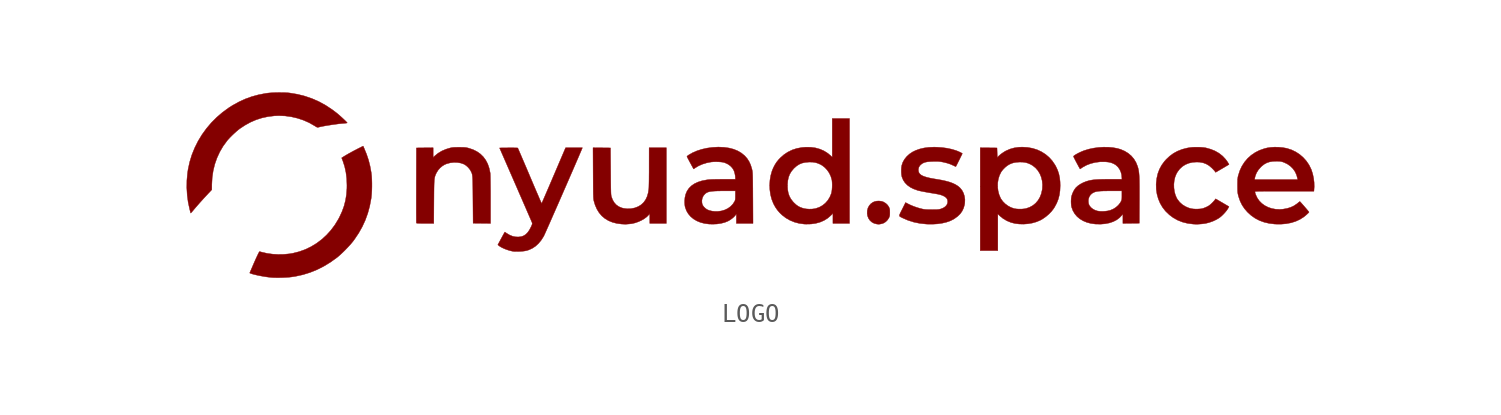
<source format=kicad_sym>
(kicad_symbol_lib
  (version 20220914)
  (generator bitmap2component)
  (symbol "LOGO"
    (pin_names
      (offset 1.016))
    (property "Reference" "#G"
      (at 0 4.359 0)
      (effects (font (size 1.27 1.27)) hide))
    (symbol "LOGO_0_0"
      (polyline (pts (xy -25.39 -5.003) (xy -25.217 -4.999) (xy -25.049 -4.991) (xy -24.895 -4.981) (xy -24.767 -4.967) (xy -24.537 -4.932) (xy -24.14 -4.845) (xy -23.755 -4.726) (xy -23.381 -4.575) (xy -23.016 -4.391) (xy -22.657 -4.173) (xy -22.303 -3.919) (xy -22.246 -3.873) (xy -22.13 -3.772) (xy -22.002 -3.653) (xy -21.868 -3.522) (xy -21.737 -3.386) (xy -21.613 -3.252) (xy -21.504 -3.127) (xy -21.416 -3.016) (xy -21.367 -2.95) (xy -21.136 -2.607) (xy -20.939 -2.259) (xy -20.774 -1.901) (xy -20.64 -1.53) (xy -20.535 -1.143) (xy -20.458 -0.734) (xy -20.448 -0.658) (xy -20.432 -0.49) (xy -20.421 -0.301) (xy -20.416 -0.101) (xy -20.416 0.101) (xy -20.421 0.296) (xy -20.431 0.474) (xy -20.448 0.626) (xy -20.456 0.682) (xy -20.518 1.021) (xy -20.601 1.345) (xy -20.708 1.665) (xy -20.843 1.992) (xy -20.889 2.095) (xy -21.16 1.959) (xy -21.163 1.958) (xy -21.334 1.87) (xy -21.506 1.778) (xy -21.671 1.687) (xy -21.819 1.601) (xy -21.943 1.526) (xy -22.048 1.459) (xy -21.988 1.304) (xy -21.985 1.296) (xy -21.887 0.995) (xy -21.818 0.677) (xy -21.776 0.34) (xy -21.763 -0.018) (xy -21.765 -0.186) (xy -21.79 -0.52) (xy -21.841 -0.837) (xy -21.92 -1.143) (xy -22.029 -1.442) (xy -22.168 -1.742) (xy -22.223 -1.845) (xy -22.413 -2.157) (xy -22.628 -2.445) (xy -22.866 -2.707) (xy -23.124 -2.943) (xy -23.402 -3.152) (xy -23.698 -3.332) (xy -24.01 -3.482) (xy -24.336 -3.6) (xy -24.675 -3.686) (xy -24.871 -3.719) (xy -25.17 -3.747) (xy -25.474 -3.752) (xy -25.777 -3.735) (xy -26.069 -3.695) (xy -26.341 -3.633) (xy -26.348 -3.631) (xy -26.411 -3.614) (xy -26.458 -3.602) (xy -26.481 -3.598) (xy -26.494 -3.613) (xy -26.519 -3.657) (xy -26.556 -3.729) (xy -26.602 -3.825) (xy -26.656 -3.941) (xy -26.717 -4.076) (xy -26.783 -4.225) (xy -26.852 -4.386) (xy -27.01 -4.753) (xy -26.957 -4.775) (xy -26.935 -4.784) (xy -26.845 -4.813) (xy -26.728 -4.843) (xy -26.59 -4.875) (xy -26.44 -4.905) (xy -26.282 -4.934) (xy -26.124 -4.959) (xy -25.973 -4.979) (xy -25.834 -4.994) (xy -25.71 -5.001) (xy -25.558 -5.004) (xy -25.39 -5.003)) (stroke (width 0.01) (type default)) (fill (type outline)))
      (polyline (pts (xy -12.512 -3.592) (xy -12.386 -3.586) (xy -12.265 -3.576) (xy -12.158 -3.562) (xy -12.076 -3.546) (xy -11.953 -3.508) (xy -11.762 -3.421) (xy -11.588 -3.306) (xy -11.429 -3.16) (xy -11.282 -2.982) (xy -11.148 -2.771) (xy -11.143 -2.761) (xy -11.122 -2.716) (xy -11.088 -2.643) (xy -11.043 -2.542) (xy -10.987 -2.417) (xy -10.921 -2.268) (xy -10.846 -2.1) (xy -10.764 -1.913) (xy -10.675 -1.71) (xy -10.58 -1.494) (xy -10.48 -1.267) (xy -10.376 -1.031) (xy -10.27 -0.788) (xy -10.162 -0.541) (xy -10.053 -0.291) (xy -9.944 -0.042) (xy -9.836 0.205) (xy -9.731 0.448) (xy -9.628 0.683) (xy -9.53 0.909) (xy -9.437 1.124) (xy -9.35 1.325) (xy -9.27 1.51) (xy -9.199 1.677) (xy -9.136 1.823) (xy -9.084 1.947) (xy -9.059 2.005) (xy -9.513 2.005) (xy -9.966 2.005) (xy -10.608 0.502) (xy -10.618 0.48) (xy -10.711 0.261) (xy -10.8 0.053) (xy -10.885 -0.144) (xy -10.963 -0.326) (xy -11.035 -0.491) (xy -11.098 -0.637) (xy -11.152 -0.762) (xy -11.197 -0.864) (xy -11.23 -0.939) (xy -11.251 -0.986) (xy -11.26 -1.002) (xy -11.26 -1.002) (xy -11.268 -0.984) (xy -11.29 -0.936) (xy -11.324 -0.86) (xy -11.369 -0.758) (xy -11.423 -0.632) (xy -11.486 -0.485) (xy -11.558 -0.319) (xy -11.636 -0.137) (xy -11.72 0.06) (xy -11.809 0.269) (xy -11.902 0.488) (xy -11.905 0.496) (xy -11.998 0.715) (xy -12.087 0.924) (xy -12.171 1.121) (xy -12.25 1.304) (xy -12.321 1.471) (xy -12.384 1.618) (xy -12.439 1.745) (xy -12.483 1.848) (xy -12.517 1.925) (xy -12.538 1.974) (xy -12.547 1.992) (xy -12.547 1.992) (xy -12.569 1.995) (xy -12.621 1.998) (xy -12.699 2) (xy -12.799 2.001) (xy -12.916 2.001) (xy -13.044 2.001) (xy -13.529 1.996) (xy -12.662 0.009) (xy -12.579 -0.181) (xy -12.472 -0.429) (xy -12.368 -0.666) (xy -12.27 -0.892) (xy -12.178 -1.103) (xy -12.093 -1.298) (xy -12.017 -1.475) (xy -11.949 -1.631) (xy -11.891 -1.765) (xy -11.843 -1.874) (xy -11.808 -1.957) (xy -11.785 -2.011) (xy -11.775 -2.035) (xy -11.767 -2.063) (xy -11.766 -2.097) (xy -11.777 -2.141) (xy -11.803 -2.205) (xy -11.836 -2.277) (xy -11.923 -2.441) (xy -12.016 -2.572) (xy -12.117 -2.672) (xy -12.228 -2.743) (xy -12.352 -2.788) (xy -12.492 -2.807) (xy -12.655 -2.804) (xy -12.819 -2.772) (xy -12.978 -2.709) (xy -13.14 -2.614) (xy -13.245 -2.542) (xy -13.289 -2.618) (xy -13.302 -2.642) (xy -13.334 -2.7) (xy -13.377 -2.777) (xy -13.425 -2.867) (xy -13.477 -2.962) (xy -13.622 -3.231) (xy -13.564 -3.28) (xy -13.491 -3.332) (xy -13.381 -3.392) (xy -13.251 -3.451) (xy -13.108 -3.504) (xy -12.961 -3.549) (xy -12.818 -3.581) (xy -12.817 -3.581) (xy -12.737 -3.59) (xy -12.632 -3.593) (xy -12.512 -3.592)) (stroke (width 0.01) (type default)) (fill (type outline)))
      (polyline (pts (xy 13.353 -2.556) (xy 13.353 -1.568) (xy 13.438 -1.65) (xy 13.471 -1.681) (xy 13.646 -1.821) (xy 13.837 -1.933) (xy 14.052 -2.022) (xy 14.07 -2.028) (xy 14.279 -2.081) (xy 14.506 -2.109) (xy 14.743 -2.115) (xy 14.982 -2.097) (xy 15.216 -2.057) (xy 15.436 -1.994) (xy 15.636 -1.911) (xy 15.786 -1.825) (xy 15.955 -1.706) (xy 16.113 -1.57) (xy 16.252 -1.426) (xy 16.364 -1.28) (xy 16.422 -1.188) (xy 16.533 -0.979) (xy 16.617 -0.765) (xy 16.675 -0.541) (xy 16.708 -0.3) (xy 16.719 -0.036) (xy 16.713 0.167) (xy 16.689 0.392) (xy 16.645 0.599) (xy 16.58 0.794) (xy 16.491 0.986) (xy 16.439 1.08) (xy 16.291 1.297) (xy 16.119 1.488) (xy 15.925 1.652) (xy 15.71 1.788) (xy 15.476 1.897) (xy 15.225 1.975) (xy 14.957 2.023) (xy 14.675 2.04) (xy 14.476 2.032) (xy 14.236 1.997) (xy 14.009 1.933) (xy 13.793 1.838) (xy 13.722 1.798) (xy 13.632 1.74) (xy 13.542 1.677) (xy 13.462 1.613) (xy 13.398 1.555) (xy 13.358 1.509) (xy 13.35 1.497) (xy 13.34 1.486) (xy 13.333 1.489) (xy 13.328 1.51) (xy 13.324 1.554) (xy 13.321 1.625) (xy 13.318 1.728) (xy 13.309 1.996) (xy 12.857 2.001) (xy 12.405 2.005) (xy 12.405 -0.104) (xy 13.344 -0.104) (xy 13.348 0.107) (xy 13.38 0.314) (xy 13.44 0.509) (xy 13.528 0.689) (xy 13.561 0.739) (xy 13.644 0.841) (xy 13.742 0.94) (xy 13.846 1.026) (xy 13.944 1.09) (xy 13.993 1.116) (xy 14.106 1.165) (xy 14.219 1.198) (xy 14.344 1.219) (xy 14.492 1.23) (xy 14.551 1.232) (xy 14.711 1.228) (xy 14.853 1.208) (xy 14.986 1.169) (xy 15.122 1.109) (xy 15.239 1.041) (xy 15.389 0.92) (xy 15.516 0.775) (xy 15.618 0.609) (xy 15.695 0.425) (xy 15.745 0.226) (xy 15.765 0.015) (xy 15.756 -0.205) (xy 15.747 -0.268) (xy 15.699 -0.479) (xy 15.623 -0.67) (xy 15.521 -0.841) (xy 15.394 -0.988) (xy 15.244 -1.11) (xy 15.073 -1.205) (xy 14.882 -1.271) (xy 14.798 -1.288) (xy 14.662 -1.302) (xy 14.517 -1.305) (xy 14.375 -1.298) (xy 14.25 -1.279) (xy 14.228 -1.274) (xy 14.063 -1.217) (xy 13.902 -1.131) (xy 13.754 -1.022) (xy 13.626 -0.894) (xy 13.525 -0.754) (xy 13.498 -0.704) (xy 13.419 -0.515) (xy 13.368 -0.314) (xy 13.344 -0.104) (xy 12.405 -0.104) (xy 12.405 -0.769) (xy 12.405 -3.544) (xy 12.879 -3.544) (xy 13.353 -3.544) (xy 13.353 -2.556)) (stroke (width 0.01) (type default)) (fill (type outline)))
      (polyline (pts (xy -6.694 -2.119) (xy -6.65 -2.115) (xy -6.581 -2.11) (xy -6.507 -2.104) (xy -6.388 -2.09) (xy -6.214 -2.049) (xy -6.04 -1.988) (xy -5.871 -1.911) (xy -5.717 -1.82) (xy -5.583 -1.72) (xy -5.479 -1.614) (xy -5.425 -1.548) (xy -5.424 -1.812) (xy -5.424 -2.076) (xy -4.976 -2.076) (xy -4.529 -2.076) (xy -4.529 -0.036) (xy -4.529 2.005) (xy -4.994 2.005) (xy -5.459 2.005) (xy -5.46 0.989) (xy -5.46 0.878) (xy -5.46 0.686) (xy -5.462 0.502) (xy -5.463 0.329) (xy -5.465 0.172) (xy -5.468 0.035) (xy -5.471 -0.079) (xy -5.474 -0.165) (xy -5.478 -0.22) (xy -5.509 -0.426) (xy -5.567 -0.625) (xy -5.649 -0.799) (xy -5.756 -0.947) (xy -5.887 -1.069) (xy -6.041 -1.165) (xy -6.051 -1.17) (xy -6.238 -1.241) (xy -6.437 -1.28) (xy -6.64 -1.288) (xy -6.841 -1.263) (xy -6.939 -1.237) (xy -7.096 -1.171) (xy -7.229 -1.078) (xy -7.339 -0.958) (xy -7.428 -0.809) (xy -7.495 -0.632) (xy -7.5 -0.614) (xy -7.505 -0.587) (xy -7.51 -0.554) (xy -7.514 -0.511) (xy -7.518 -0.456) (xy -7.521 -0.386) (xy -7.523 -0.299) (xy -7.526 -0.193) (xy -7.528 -0.063) (xy -7.53 0.092) (xy -7.532 0.274) (xy -7.533 0.488) (xy -7.535 0.734) (xy -7.545 1.996) (xy -8.015 2.001) (xy -8.486 2.005) (xy -8.48 0.64) (xy -8.479 0.508) (xy -8.478 0.271) (xy -8.477 0.066) (xy -8.476 -0.111) (xy -8.474 -0.26) (xy -8.473 -0.386) (xy -8.471 -0.49) (xy -8.468 -0.576) (xy -8.466 -0.646) (xy -8.462 -0.702) (xy -8.459 -0.748) (xy -8.454 -0.786) (xy -8.449 -0.818) (xy -8.443 -0.848) (xy -8.436 -0.877) (xy -8.375 -1.081) (xy -8.279 -1.303) (xy -8.159 -1.499) (xy -8.016 -1.668) (xy -7.848 -1.811) (xy -7.657 -1.927) (xy -7.443 -2.015) (xy -7.205 -2.077) (xy -6.945 -2.111) (xy -6.891 -2.114) (xy -6.808 -2.118) (xy -6.739 -2.12) (xy -6.694 -2.119)) (stroke (width 0.01) (type default)) (fill (type outline)))
      (polyline (pts (xy -1.791 -2.107) (xy -1.572 -2.074) (xy -1.373 -2.022) (xy -1.199 -1.951) (xy -1.094 -1.89) (xy -0.986 -1.814) (xy -0.89 -1.732) (xy -0.817 -1.653) (xy -0.752 -1.569) (xy -0.752 -1.823) (xy -0.752 -2.076) (xy -0.303 -2.076) (xy 0.145 -2.076) (xy 0.139 -0.712) (xy 0.138 -0.623) (xy 0.137 -0.38) (xy 0.136 -0.169) (xy 0.134 0.012) (xy 0.133 0.167) (xy 0.131 0.297) (xy 0.129 0.405) (xy 0.127 0.495) (xy 0.124 0.568) (xy 0.121 0.628) (xy 0.117 0.676) (xy 0.113 0.717) (xy 0.108 0.751) (xy 0.102 0.783) (xy 0.095 0.815) (xy 0.083 0.866) (xy 0.018 1.077) (xy -0.066 1.261) (xy -0.17 1.423) (xy -0.296 1.566) (xy -0.314 1.583) (xy -0.488 1.724) (xy -0.684 1.838) (xy -0.903 1.927) (xy -1.146 1.99) (xy -1.413 2.028) (xy -1.706 2.041) (xy -1.765 2.04) (xy -2.059 2.023) (xy -2.346 1.983) (xy -2.62 1.921) (xy -2.878 1.838) (xy -3.114 1.736) (xy -3.323 1.616) (xy -3.369 1.583) (xy -3.405 1.554) (xy -3.419 1.536) (xy -3.418 1.532) (xy -3.404 1.5) (xy -3.373 1.44) (xy -3.329 1.355) (xy -3.271 1.246) (xy -3.201 1.118) (xy -3.121 0.971) (xy -3.059 0.859) (xy -2.95 0.933) (xy -2.795 1.025) (xy -2.585 1.118) (xy -2.357 1.189) (xy -2.116 1.236) (xy -2.103 1.237) (xy -1.989 1.247) (xy -1.862 1.25) (xy -1.731 1.247) (xy -1.606 1.239) (xy -1.497 1.226) (xy -1.414 1.208) (xy -1.361 1.19) (xy -1.21 1.12) (xy -1.079 1.028) (xy -0.973 0.918) (xy -0.896 0.795) (xy -0.868 0.724) (xy -0.836 0.612) (xy -0.814 0.494) (xy -0.806 0.389) (xy -0.805 0.304) (xy -1.436 0.304) (xy -1.544 0.304) (xy -1.698 0.302) (xy -1.843 0.3) (xy -1.975 0.298) (xy -2.087 0.294) (xy -2.175 0.29) (xy -2.233 0.286) (xy -2.353 0.271) (xy -2.603 0.223) (xy -2.823 0.153) (xy -3.014 0.064) (xy -3.176 -0.047) (xy -3.308 -0.177) (xy -3.411 -0.328) (xy -3.485 -0.5) (xy -3.529 -0.691) (xy -3.54 -0.839) (xy -2.615 -0.839) (xy -2.589 -0.709) (xy -2.534 -0.591) (xy -2.449 -0.49) (xy -2.402 -0.451) (xy -2.351 -0.418) (xy -2.293 -0.391) (xy -2.224 -0.37) (xy -2.14 -0.353) (xy -2.039 -0.341) (xy -1.916 -0.332) (xy -1.768 -0.326) (xy -1.592 -0.323) (xy -1.383 -0.322) (xy -0.805 -0.322) (xy -0.805 -0.565) (xy -0.806 -0.635) (xy -0.807 -0.716) (xy -0.811 -0.774) (xy -0.819 -0.818) (xy -0.831 -0.854) (xy -0.849 -0.892) (xy -0.851 -0.896) (xy -0.945 -1.04) (xy -1.066 -1.165) (xy -1.212 -1.27) (xy -1.379 -1.35) (xy -1.562 -1.404) (xy -1.579 -1.407) (xy -1.741 -1.428) (xy -1.906 -1.43) (xy -2.065 -1.414) (xy -2.209 -1.38) (xy -2.329 -1.331) (xy -2.339 -1.325) (xy -2.421 -1.267) (xy -2.497 -1.194) (xy -2.557 -1.116) (xy -2.592 -1.042) (xy -2.608 -0.973) (xy -2.615 -0.839) (xy -3.54 -0.839) (xy -3.544 -0.903) (xy -3.544 -0.929) (xy -3.539 -1.028) (xy -3.53 -1.12) (xy -3.517 -1.191) (xy -3.512 -1.21) (xy -3.444 -1.394) (xy -3.346 -1.56) (xy -3.22 -1.708) (xy -3.068 -1.834) (xy -2.892 -1.94) (xy -2.694 -2.022) (xy -2.475 -2.079) (xy -2.237 -2.111) (xy -2.024 -2.118) (xy -1.791 -2.107)) (stroke (width 0.01) (type default)) (fill (type outline)))
      (polyline (pts (xy 3.274 -2.11) (xy 3.527 -2.075) (xy 3.762 -2.011) (xy 3.977 -1.918) (xy 4.172 -1.797) (xy 4.345 -1.647) (xy 4.457 -1.535) (xy 4.457 -1.806) (xy 4.457 -2.076) (xy 4.905 -2.076) (xy 5.352 -2.076) (xy 5.352 0.752) (xy 5.352 3.58) (xy 4.887 3.58) (xy 4.421 3.58) (xy 4.421 2.538) (xy 4.421 1.496) (xy 4.354 1.56) (xy 4.187 1.701) (xy 3.981 1.831) (xy 3.758 1.93) (xy 3.518 1.997) (xy 3.262 2.032) (xy 2.989 2.035) (xy 2.778 2.018) (xy 2.51 1.968) (xy 2.261 1.887) (xy 2.03 1.776) (xy 1.816 1.633) (xy 1.619 1.46) (xy 1.517 1.352) (xy 1.414 1.223) (xy 1.325 1.083) (xy 1.241 0.92) (xy 1.171 0.75) (xy 1.103 0.51) (xy 1.06 0.256) (xy 1.044 -0.004) (xy 1.045 -0.041) (xy 2.005 -0.041) (xy 2.006 0.02) (xy 2.022 0.228) (xy 2.062 0.413) (xy 2.126 0.58) (xy 2.217 0.732) (xy 2.336 0.874) (xy 2.365 0.904) (xy 2.499 1.022) (xy 2.637 1.111) (xy 2.786 1.174) (xy 2.953 1.212) (xy 3.144 1.23) (xy 3.215 1.232) (xy 3.372 1.227) (xy 3.511 1.206) (xy 3.644 1.166) (xy 3.782 1.106) (xy 3.877 1.051) (xy 4.022 0.938) (xy 4.151 0.799) (xy 4.259 0.641) (xy 4.342 0.468) (xy 4.396 0.286) (xy 4.405 0.239) (xy 4.415 0.128) (xy 4.419 0.001) (xy 4.416 -0.131) (xy 4.407 -0.258) (xy 4.392 -0.371) (xy 4.372 -0.458) (xy 4.37 -0.464) (xy 4.289 -0.659) (xy 4.182 -0.833) (xy 4.05 -0.983) (xy 3.896 -1.108) (xy 3.723 -1.205) (xy 3.533 -1.271) (xy 3.497 -1.28) (xy 3.348 -1.301) (xy 3.186 -1.306) (xy 3.025 -1.296) (xy 2.882 -1.27) (xy 2.835 -1.257) (xy 2.7 -1.21) (xy 2.584 -1.151) (xy 2.475 -1.073) (xy 2.361 -0.968) (xy 2.299 -0.902) (xy 2.188 -0.758) (xy 2.105 -0.605) (xy 2.048 -0.438) (xy 2.015 -0.252) (xy 2.005 -0.041) (xy 1.045 -0.041) (xy 1.054 -0.266) (xy 1.09 -0.522) (xy 1.152 -0.766) (xy 1.241 -0.992) (xy 1.268 -1.048) (xy 1.361 -1.214) (xy 1.465 -1.363) (xy 1.589 -1.506) (xy 1.711 -1.624) (xy 1.914 -1.78) (xy 2.138 -1.909) (xy 2.378 -2.007) (xy 2.632 -2.075) (xy 2.897 -2.111) (xy 3.003 -2.116) (xy 3.274 -2.11)) (stroke (width 0.01) (type default)) (fill (type outline)))
      (polyline (pts (xy 6.954 -2.12) (xy 6.957 -2.119) (xy 7.046 -2.105) (xy 7.11 -2.09) (xy 7.162 -2.073) (xy 7.213 -2.05) (xy 7.308 -1.988) (xy 7.406 -1.889) (xy 7.48 -1.772) (xy 7.496 -1.736) (xy 7.512 -1.69) (xy 7.522 -1.64) (xy 7.526 -1.575) (xy 7.527 -1.486) (xy 7.526 -1.407) (xy 7.523 -1.341) (xy 7.514 -1.291) (xy 7.5 -1.246) (xy 7.477 -1.195) (xy 7.411 -1.093) (xy 7.309 -0.994) (xy 7.178 -0.916) (xy 7.166 -0.911) (xy 7.06 -0.88) (xy 6.938 -0.868) (xy 6.815 -0.874) (xy 6.704 -0.9) (xy 6.619 -0.936) (xy 6.504 -1.016) (xy 6.413 -1.12) (xy 6.348 -1.244) (xy 6.311 -1.385) (xy 6.305 -1.54) (xy 6.325 -1.669) (xy 6.376 -1.802) (xy 6.454 -1.916) (xy 6.555 -2.007) (xy 6.677 -2.074) (xy 6.816 -2.11) (xy 6.859 -2.116) (xy 6.917 -2.12) (xy 6.954 -2.12)) (stroke (width 0.01) (type default)) (fill (type outline)))
      (polyline (pts (xy 10.105 -2.101) (xy 10.356 -2.065) (xy 10.585 -2.011) (xy 10.79 -1.939) (xy 10.966 -1.851) (xy 11.019 -1.817) (xy 11.187 -1.694) (xy 11.323 -1.561) (xy 11.428 -1.415) (xy 11.505 -1.254) (xy 11.556 -1.075) (xy 11.571 -0.978) (xy 11.578 -0.791) (xy 11.554 -0.612) (xy 11.502 -0.444) (xy 11.422 -0.292) (xy 11.315 -0.161) (xy 11.294 -0.141) (xy 11.187 -0.054) (xy 11.062 0.024) (xy 10.915 0.093) (xy 10.745 0.155) (xy 10.548 0.209) (xy 10.321 0.259) (xy 10.061 0.304) (xy 9.921 0.327) (xy 9.718 0.364) (xy 9.547 0.404) (xy 9.406 0.446) (xy 9.293 0.491) (xy 9.205 0.541) (xy 9.141 0.598) (xy 9.098 0.661) (xy 9.074 0.733) (xy 9.066 0.814) (xy 9.068 0.856) (xy 9.094 0.958) (xy 9.15 1.047) (xy 9.24 1.128) (xy 9.3 1.167) (xy 9.376 1.203) (xy 9.463 1.229) (xy 9.568 1.248) (xy 9.697 1.26) (xy 9.855 1.266) (xy 9.939 1.268) (xy 10.044 1.269) (xy 10.129 1.267) (xy 10.205 1.261) (xy 10.28 1.251) (xy 10.365 1.236) (xy 10.44 1.221) (xy 10.631 1.173) (xy 10.8 1.116) (xy 10.957 1.046) (xy 10.974 1.038) (xy 11.031 1.01) (xy 11.072 0.993) (xy 11.089 0.988) (xy 11.09 0.99) (xy 11.103 1.015) (xy 11.129 1.065) (xy 11.164 1.133) (xy 11.205 1.216) (xy 11.25 1.306) (xy 11.296 1.397) (xy 11.339 1.486) (xy 11.378 1.565) (xy 11.41 1.629) (xy 11.431 1.672) (xy 11.438 1.69) (xy 11.432 1.698) (xy 11.399 1.72) (xy 11.343 1.75) (xy 11.27 1.785) (xy 11.188 1.821) (xy 11.085 1.86) (xy 10.859 1.927) (xy 10.609 1.98) (xy 10.34 2.016) (xy 10.06 2.035) (xy 9.911 2.038) (xy 9.635 2.027) (xy 9.382 1.994) (xy 9.146 1.939) (xy 8.924 1.861) (xy 8.757 1.779) (xy 8.587 1.666) (xy 8.441 1.533) (xy 8.321 1.385) (xy 8.23 1.224) (xy 8.172 1.054) (xy 8.172 1.053) (xy 8.155 0.949) (xy 8.147 0.825) (xy 8.147 0.694) (xy 8.155 0.57) (xy 8.172 0.467) (xy 8.184 0.421) (xy 8.25 0.262) (xy 8.347 0.117) (xy 8.474 -0.013) (xy 8.63 -0.125) (xy 8.814 -0.218) (xy 9.024 -0.293) (xy 9.041 -0.298) (xy 9.126 -0.319) (xy 9.233 -0.342) (xy 9.364 -0.368) (xy 9.523 -0.397) (xy 9.713 -0.43) (xy 9.934 -0.466) (xy 9.966 -0.471) (xy 10.113 -0.498) (xy 10.232 -0.525) (xy 10.329 -0.555) (xy 10.412 -0.59) (xy 10.488 -0.63) (xy 10.53 -0.659) (xy 10.6 -0.727) (xy 10.638 -0.806) (xy 10.65 -0.904) (xy 10.64 -0.985) (xy 10.598 -1.083) (xy 10.523 -1.168) (xy 10.419 -1.239) (xy 10.287 -1.293) (xy 10.25 -1.304) (xy 10.204 -1.315) (xy 10.155 -1.323) (xy 10.097 -1.329) (xy 10.023 -1.332) (xy 9.926 -1.333) (xy 9.8 -1.334) (xy 9.765 -1.333) (xy 9.63 -1.332) (xy 9.521 -1.329) (xy 9.433 -1.323) (xy 9.359 -1.314) (xy 9.29 -1.301) (xy 9.147 -1.266) (xy 8.985 -1.217) (xy 8.822 -1.16) (xy 8.671 -1.099) (xy 8.543 -1.039) (xy 8.376 -0.951) (xy 8.197 -1.31) (xy 8.183 -1.338) (xy 8.126 -1.45) (xy 8.084 -1.535) (xy 8.057 -1.598) (xy 8.045 -1.644) (xy 8.049 -1.678) (xy 8.069 -1.704) (xy 8.106 -1.728) (xy 8.159 -1.755) (xy 8.229 -1.789) (xy 8.498 -1.906) (xy 8.81 -2.006) (xy 9.139 -2.074) (xy 9.485 -2.111) (xy 9.557 -2.115) (xy 9.838 -2.118) (xy 10.105 -2.101)) (stroke (width 0.01) (type default)) (fill (type outline)))
      (polyline (pts (xy 19.15 -2.096) (xy 19.377 -2.051) (xy 19.582 -1.981) (xy 19.765 -1.887) (xy 19.922 -1.769) (xy 20.053 -1.629) (xy 20.101 -1.566) (xy 20.102 -1.822) (xy 20.102 -2.077) (xy 20.545 -2.072) (xy 20.988 -2.067) (xy 20.993 -0.868) (xy 20.994 -0.773) (xy 20.994 -0.511) (xy 20.994 -0.281) (xy 20.994 -0.081) (xy 20.992 0.093) (xy 20.99 0.243) (xy 20.986 0.373) (xy 20.981 0.484) (xy 20.974 0.58) (xy 20.966 0.663) (xy 20.956 0.737) (xy 20.945 0.804) (xy 20.931 0.867) (xy 20.916 0.928) (xy 20.894 1.002) (xy 20.809 1.212) (xy 20.696 1.4) (xy 20.556 1.565) (xy 20.388 1.707) (xy 20.195 1.825) (xy 19.976 1.919) (xy 19.797 1.97) (xy 19.566 2.012) (xy 19.316 2.035) (xy 19.056 2.037) (xy 18.79 2.021) (xy 18.526 1.985) (xy 18.269 1.931) (xy 18.027 1.858) (xy 17.947 1.828) (xy 17.843 1.784) (xy 17.74 1.736) (xy 17.644 1.687) (xy 17.56 1.639) (xy 17.494 1.597) (xy 17.45 1.561) (xy 17.435 1.536) (xy 17.44 1.522) (xy 17.46 1.48) (xy 17.491 1.418) (xy 17.53 1.341) (xy 17.575 1.255) (xy 17.622 1.167) (xy 17.668 1.081) (xy 17.709 1.004) (xy 17.744 0.941) (xy 17.768 0.899) (xy 17.793 0.859) (xy 17.898 0.931) (xy 17.933 0.954) (xy 18.138 1.066) (xy 18.365 1.153) (xy 18.608 1.213) (xy 18.862 1.245) (xy 19.122 1.248) (xy 19.193 1.244) (xy 19.325 1.23) (xy 19.436 1.207) (xy 19.538 1.172) (xy 19.64 1.124) (xy 19.714 1.078) (xy 19.827 0.977) (xy 19.92 0.851) (xy 19.989 0.705) (xy 20.033 0.544) (xy 20.048 0.371) (xy 20.048 0.304) (xy 19.423 0.304) (xy 19.22 0.304) (xy 19.026 0.301) (xy 18.859 0.297) (xy 18.717 0.291) (xy 18.594 0.282) (xy 18.487 0.271) (xy 18.391 0.256) (xy 18.303 0.239) (xy 18.143 0.194) (xy 17.969 0.127) (xy 17.81 0.043) (xy 17.672 -0.051) (xy 17.562 -0.153) (xy 17.503 -0.23) (xy 17.436 -0.344) (xy 17.378 -0.472) (xy 17.336 -0.6) (xy 17.331 -0.617) (xy 17.315 -0.722) (xy 17.307 -0.846) (xy 17.307 -0.894) (xy 18.235 -0.894) (xy 18.245 -0.764) (xy 18.284 -0.645) (xy 18.35 -0.54) (xy 18.442 -0.455) (xy 18.556 -0.394) (xy 18.6 -0.379) (xy 18.657 -0.363) (xy 18.72 -0.351) (xy 18.794 -0.341) (xy 18.883 -0.334) (xy 18.991 -0.328) (xy 19.122 -0.325) (xy 19.281 -0.323) (xy 19.471 -0.323) (xy 20.048 -0.322) (xy 20.048 -0.56) (xy 20.048 -0.636) (xy 20.046 -0.714) (xy 20.042 -0.77) (xy 20.034 -0.813) (xy 20.02 -0.851) (xy 20.001 -0.892) (xy 19.956 -0.97) (xy 19.853 -1.098) (xy 19.725 -1.211) (xy 19.576 -1.304) (xy 19.414 -1.372) (xy 19.392 -1.378) (xy 19.268 -1.405) (xy 19.128 -1.422) (xy 18.982 -1.428) (xy 18.845 -1.423) (xy 18.728 -1.406) (xy 18.599 -1.364) (xy 18.482 -1.301) (xy 18.382 -1.222) (xy 18.306 -1.132) (xy 18.259 -1.036) (xy 18.257 -1.028) (xy 18.235 -0.894) (xy 17.307 -0.894) (xy 17.308 -0.976) (xy 17.317 -1.097) (xy 17.335 -1.198) (xy 17.338 -1.207) (xy 17.406 -1.391) (xy 17.503 -1.557) (xy 17.629 -1.705) (xy 17.781 -1.832) (xy 17.957 -1.938) (xy 18.154 -2.02) (xy 18.372 -2.078) (xy 18.607 -2.11) (xy 18.637 -2.112) (xy 18.903 -2.117) (xy 19.15 -2.096)) (stroke (width 0.01) (type default)) (fill (type outline)))
      (polyline (pts (xy 24.147 -2.119) (xy 24.153 -2.119) (xy 24.214 -2.115) (xy 24.293 -2.109) (xy 24.375 -2.103) (xy 24.563 -2.078) (xy 24.764 -2.027) (xy 24.964 -1.956) (xy 25.153 -1.867) (xy 25.318 -1.765) (xy 25.329 -1.757) (xy 25.422 -1.68) (xy 25.521 -1.585) (xy 25.616 -1.482) (xy 25.7 -1.38) (xy 25.762 -1.288) (xy 25.767 -1.279) (xy 25.798 -1.226) (xy 25.818 -1.187) (xy 25.825 -1.171) (xy 25.819 -1.167) (xy 25.787 -1.148) (xy 25.731 -1.115) (xy 25.656 -1.071) (xy 25.565 -1.018) (xy 25.463 -0.958) (xy 25.106 -0.75) (xy 25.07 -0.8) (xy 25.047 -0.83) (xy 24.979 -0.909) (xy 24.898 -0.991) (xy 24.816 -1.065) (xy 24.743 -1.121) (xy 24.735 -1.126) (xy 24.666 -1.165) (xy 24.582 -1.205) (xy 24.5 -1.239) (xy 24.447 -1.258) (xy 24.382 -1.277) (xy 24.317 -1.29) (xy 24.239 -1.297) (xy 24.138 -1.302) (xy 24.04 -1.304) (xy 23.89 -1.296) (xy 23.757 -1.274) (xy 23.628 -1.233) (xy 23.492 -1.173) (xy 23.484 -1.17) (xy 23.312 -1.064) (xy 23.165 -0.932) (xy 23.043 -0.776) (xy 23.002 -0.706) (xy 22.931 -0.539) (xy 22.882 -0.354) (xy 22.856 -0.159) (xy 22.852 0.041) (xy 22.872 0.236) (xy 22.916 0.422) (xy 22.983 0.59) (xy 23.045 0.699) (xy 23.167 0.86) (xy 23.311 0.993) (xy 23.475 1.098) (xy 23.66 1.173) (xy 23.863 1.219) (xy 24.084 1.234) (xy 24.245 1.227) (xy 24.431 1.193) (xy 24.599 1.13) (xy 24.755 1.038) (xy 24.9 0.913) (xy 24.941 0.872) (xy 24.998 0.813) (xy 25.044 0.762) (xy 25.071 0.728) (xy 25.106 0.678) (xy 25.463 0.887) (xy 25.523 0.922) (xy 25.619 0.979) (xy 25.702 1.028) (xy 25.767 1.066) (xy 25.81 1.092) (xy 25.827 1.102) (xy 25.825 1.11) (xy 25.807 1.142) (xy 25.776 1.193) (xy 25.736 1.256) (xy 25.647 1.378) (xy 25.486 1.552) (xy 25.298 1.701) (xy 25.086 1.825) (xy 24.848 1.923) (xy 24.586 1.997) (xy 24.571 2) (xy 24.452 2.018) (xy 24.31 2.03) (xy 24.156 2.036) (xy 23.999 2.036) (xy 23.851 2.029) (xy 23.722 2.015) (xy 23.563 1.988) (xy 23.3 1.92) (xy 23.059 1.826) (xy 22.837 1.706) (xy 22.633 1.558) (xy 22.442 1.38) (xy 22.342 1.268) (xy 22.193 1.063) (xy 22.075 0.844) (xy 21.987 0.609) (xy 21.929 0.355) (xy 21.899 0.081) (xy 21.896 0.03) (xy 21.903 -0.237) (xy 21.942 -0.498) (xy 22.012 -0.749) (xy 22.111 -0.986) (xy 22.238 -1.204) (xy 22.392 -1.402) (xy 22.41 -1.422) (xy 22.61 -1.614) (xy 22.827 -1.776) (xy 23.063 -1.906) (xy 23.317 -2.005) (xy 23.589 -2.074) (xy 23.878 -2.111) (xy 23.93 -2.115) (xy 24.018 -2.119) (xy 24.094 -2.12) (xy 24.147 -2.119)) (stroke (width 0.01) (type default)) (fill (type outline)))
      (polyline (pts (xy 28.909 -2.094) (xy 29.178 -2.043) (xy 29.426 -1.965) (xy 29.653 -1.861) (xy 29.857 -1.731) (xy 29.862 -1.728) (xy 29.922 -1.68) (xy 29.986 -1.626) (xy 30.046 -1.572) (xy 30.096 -1.524) (xy 30.131 -1.487) (xy 30.143 -1.467) (xy 30.143 -1.466) (xy 30.132 -1.449) (xy 30.1 -1.41) (xy 30.054 -1.354) (xy 29.997 -1.286) (xy 29.933 -1.212) (xy 29.867 -1.135) (xy 29.803 -1.062) (xy 29.745 -0.996) (xy 29.697 -0.943) (xy 29.664 -0.908) (xy 29.649 -0.895) (xy 29.645 -0.897) (xy 29.62 -0.916) (xy 29.576 -0.95) (xy 29.521 -0.995) (xy 29.489 -1.021) (xy 29.328 -1.129) (xy 29.153 -1.211) (xy 28.958 -1.27) (xy 28.738 -1.309) (xy 28.561 -1.321) (xy 28.341 -1.311) (xy 28.131 -1.272) (xy 27.936 -1.206) (xy 27.757 -1.115) (xy 27.599 -1) (xy 27.462 -0.863) (xy 27.351 -0.705) (xy 27.268 -0.527) (xy 27.247 -0.465) (xy 27.232 -0.409) (xy 27.226 -0.375) (xy 27.226 -0.375) (xy 27.227 -0.369) (xy 27.23 -0.363) (xy 27.239 -0.359) (xy 27.255 -0.355) (xy 27.281 -0.352) (xy 27.318 -0.349) (xy 27.369 -0.346) (xy 27.437 -0.345) (xy 27.522 -0.343) (xy 27.628 -0.342) (xy 27.757 -0.341) (xy 27.911 -0.341) (xy 28.091 -0.34) (xy 28.301 -0.34) (xy 28.542 -0.34) (xy 28.817 -0.34) (xy 30.408 -0.34) (xy 30.42 -0.166) (xy 30.424 -0.093) (xy 30.419 0.13) (xy 30.391 0.361) (xy 30.344 0.588) (xy 30.278 0.797) (xy 30.257 0.851) (xy 30.145 1.077) (xy 30.003 1.286) (xy 29.836 1.474) (xy 29.646 1.639) (xy 29.435 1.778) (xy 29.207 1.889) (xy 28.965 1.968) (xy 28.914 1.98) (xy 28.714 2.015) (xy 28.499 2.034) (xy 28.283 2.038) (xy 28.075 2.025) (xy 27.888 1.997) (xy 27.727 1.956) (xy 27.47 1.865) (xy 27.234 1.745) (xy 27.02 1.598) (xy 26.829 1.426) (xy 26.663 1.229) (xy 26.523 1.01) (xy 26.41 0.768) (xy 26.327 0.507) (xy 26.317 0.469) (xy 26.306 0.413) (xy 26.298 0.355) (xy 26.292 0.289) (xy 26.292 0.286) (xy 27.205 0.286) (xy 27.217 0.362) (xy 27.243 0.475) (xy 27.31 0.648) (xy 27.411 0.812) (xy 27.546 0.967) (xy 27.613 1.028) (xy 27.74 1.125) (xy 27.874 1.196) (xy 28.021 1.243) (xy 28.188 1.27) (xy 28.38 1.278) (xy 28.409 1.278) (xy 28.504 1.276) (xy 28.575 1.272) (xy 28.634 1.263) (xy 28.691 1.249) (xy 28.756 1.228) (xy 28.796 1.214) (xy 28.98 1.125) (xy 29.142 1.011) (xy 29.28 0.873) (xy 29.391 0.715) (xy 29.473 0.537) (xy 29.524 0.344) (xy 29.534 0.286) (xy 28.369 0.286) (xy 27.205 0.286) (xy 26.292 0.286) (xy 26.289 0.208) (xy 26.287 0.105) (xy 26.286 -0.027) (xy 26.287 -0.129) (xy 26.288 -0.238) (xy 26.29 -0.323) (xy 26.295 -0.391) (xy 26.302 -0.449) (xy 26.313 -0.504) (xy 26.327 -0.563) (xy 26.349 -0.645) (xy 26.43 -0.878) (xy 26.534 -1.088) (xy 26.663 -1.281) (xy 26.822 -1.465) (xy 27.015 -1.642) (xy 27.232 -1.796) (xy 27.467 -1.919) (xy 27.721 -2.012) (xy 27.995 -2.076) (xy 28.289 -2.111) (xy 28.32 -2.114) (xy 28.623 -2.118) (xy 28.909 -2.094)) (stroke (width 0.01) (type default)) (fill (type outline)))
      (polyline (pts (xy -14.016 -0.783) (xy -14.016 -0.721) (xy -14.016 -0.484) (xy -14.017 -0.264) (xy -14.019 -0.061) (xy -14.021 0.121) (xy -14.023 0.281) (xy -14.025 0.414) (xy -14.028 0.519) (xy -14.031 0.594) (xy -14.034 0.635) (xy -14.037 0.654) (xy -14.09 0.905) (xy -14.169 1.133) (xy -14.275 1.336) (xy -14.406 1.515) (xy -14.564 1.669) (xy -14.747 1.798) (xy -14.956 1.903) (xy -15.189 1.981) (xy -15.234 1.993) (xy -15.294 2.007) (xy -15.352 2.017) (xy -15.414 2.023) (xy -15.489 2.027) (xy -15.584 2.029) (xy -15.707 2.03) (xy -15.726 2.03) (xy -15.848 2.029) (xy -15.944 2.027) (xy -16.019 2.023) (xy -16.083 2.016) (xy -16.141 2.006) (xy -16.203 1.991) (xy -16.414 1.928) (xy -16.641 1.832) (xy -16.841 1.713) (xy -17.016 1.571) (xy -17.112 1.48) (xy -17.112 1.743) (xy -17.112 2.005) (xy -17.564 2.001) (xy -18.016 1.996) (xy -18.021 -0.018) (xy -18.021 -0.101) (xy -18.021 -0.364) (xy -18.022 -0.616) (xy -18.022 -0.856) (xy -18.022 -1.08) (xy -18.022 -1.287) (xy -18.022 -1.474) (xy -18.021 -1.639) (xy -18.02 -1.78) (xy -18.02 -1.894) (xy -18.019 -1.98) (xy -18.018 -2.034) (xy -18.017 -2.054) (xy -18.015 -2.057) (xy -17.996 -2.064) (xy -17.958 -2.069) (xy -17.897 -2.072) (xy -17.81 -2.075) (xy -17.693 -2.076) (xy -17.544 -2.076) (xy -17.079 -2.076) (xy -17.072 -0.908) (xy -17.07 -0.697) (xy -17.069 -0.48) (xy -17.067 -0.293) (xy -17.065 -0.134) (xy -17.062 0.001) (xy -17.058 0.114) (xy -17.053 0.208) (xy -17.047 0.287) (xy -17.038 0.353) (xy -17.028 0.409) (xy -17.015 0.458) (xy -17 0.503) (xy -16.983 0.547) (xy -16.962 0.594) (xy -16.938 0.644) (xy -16.929 0.661) (xy -16.846 0.795) (xy -16.738 0.918) (xy -16.614 1.022) (xy -16.483 1.1) (xy -16.378 1.142) (xy -16.192 1.192) (xy -15.999 1.214) (xy -15.807 1.21) (xy -15.623 1.179) (xy -15.454 1.12) (xy -15.43 1.108) (xy -15.334 1.045) (xy -15.24 0.961) (xy -15.156 0.867) (xy -15.093 0.773) (xy -15.082 0.752) (xy -15.062 0.713) (xy -15.044 0.677) (xy -15.029 0.641) (xy -15.016 0.602) (xy -15.005 0.557) (xy -14.997 0.503) (xy -14.989 0.439) (xy -14.984 0.361) (xy -14.979 0.266) (xy -14.976 0.152) (xy -14.973 0.015) (xy -14.971 -0.146) (xy -14.969 -0.335) (xy -14.967 -0.553) (xy -14.965 -0.805) (xy -14.955 -2.067) (xy -14.486 -2.072) (xy -14.016 -2.077) (xy -14.016 -0.783)) (stroke (width 0.01) (type default)) (fill (type outline)))
      (polyline (pts (xy -30.186 -1.516) (xy -30.167 -1.498) (xy -30.133 -1.461) (xy -30.083 -1.403) (xy -30.014 -1.32) (xy -29.921 -1.211) (xy -29.715 -0.974) (xy -29.493 -0.728) (xy -29.264 -0.481) (xy -29.056 -0.26) (xy -29.054 0.028) (xy -29.054 0.033) (xy -29.034 0.404) (xy -28.98 0.767) (xy -28.894 1.119) (xy -28.775 1.458) (xy -28.625 1.783) (xy -28.444 2.092) (xy -28.232 2.382) (xy -28.189 2.433) (xy -28.095 2.537) (xy -27.984 2.65) (xy -27.865 2.763) (xy -27.746 2.871) (xy -27.635 2.966) (xy -27.538 3.04) (xy -27.265 3.22) (xy -26.966 3.384) (xy -26.662 3.515) (xy -26.349 3.615) (xy -26.024 3.685) (xy -25.682 3.727) (xy -25.442 3.737) (xy -25.102 3.723) (xy -24.763 3.676) (xy -24.429 3.598) (xy -24.105 3.49) (xy -23.796 3.353) (xy -23.506 3.187) (xy -23.501 3.184) (xy -23.435 3.142) (xy -23.389 3.117) (xy -23.356 3.106) (xy -23.327 3.106) (xy -23.293 3.113) (xy -23.287 3.115) (xy -23.182 3.14) (xy -23.049 3.167) (xy -22.895 3.195) (xy -22.727 3.222) (xy -22.552 3.249) (xy -22.379 3.273) (xy -22.212 3.295) (xy -22.061 3.311) (xy -21.932 3.322) (xy -21.876 3.326) (xy -21.81 3.334) (xy -21.765 3.341) (xy -21.748 3.348) (xy -21.749 3.35) (xy -21.768 3.374) (xy -21.807 3.416) (xy -21.864 3.472) (xy -21.933 3.538) (xy -22.01 3.61) (xy -22.09 3.683) (xy -22.169 3.753) (xy -22.243 3.817) (xy -22.306 3.87) (xy -22.563 4.064) (xy -22.915 4.296) (xy -23.276 4.494) (xy -23.649 4.658) (xy -24.035 4.79) (xy -24.436 4.891) (xy -24.854 4.96) (xy -24.864 4.962) (xy -24.981 4.972) (xy -25.124 4.979) (xy -25.285 4.982) (xy -25.454 4.983) (xy -25.623 4.98) (xy -25.784 4.973) (xy -25.927 4.964) (xy -26.044 4.952) (xy -26.172 4.933) (xy -26.551 4.859) (xy -26.91 4.76) (xy -27.256 4.634) (xy -27.595 4.478) (xy -27.933 4.291) (xy -28.133 4.165) (xy -28.47 3.92) (xy -28.785 3.65) (xy -29.077 3.358) (xy -29.343 3.044) (xy -29.583 2.712) (xy -29.795 2.363) (xy -29.977 1.999) (xy -30.129 1.623) (xy -30.248 1.236) (xy -30.333 0.841) (xy -30.364 0.633) (xy -30.399 0.241) (xy -30.404 -0.156) (xy -30.381 -0.55) (xy -30.33 -0.935) (xy -30.25 -1.305) (xy -30.23 -1.383) (xy -30.213 -1.45) (xy -30.201 -1.496) (xy -30.197 -1.515) (xy -30.196 -1.52) (xy -30.186 -1.516)) (stroke (width 0.01) (type default)) (fill (type outline))))))
</source>
